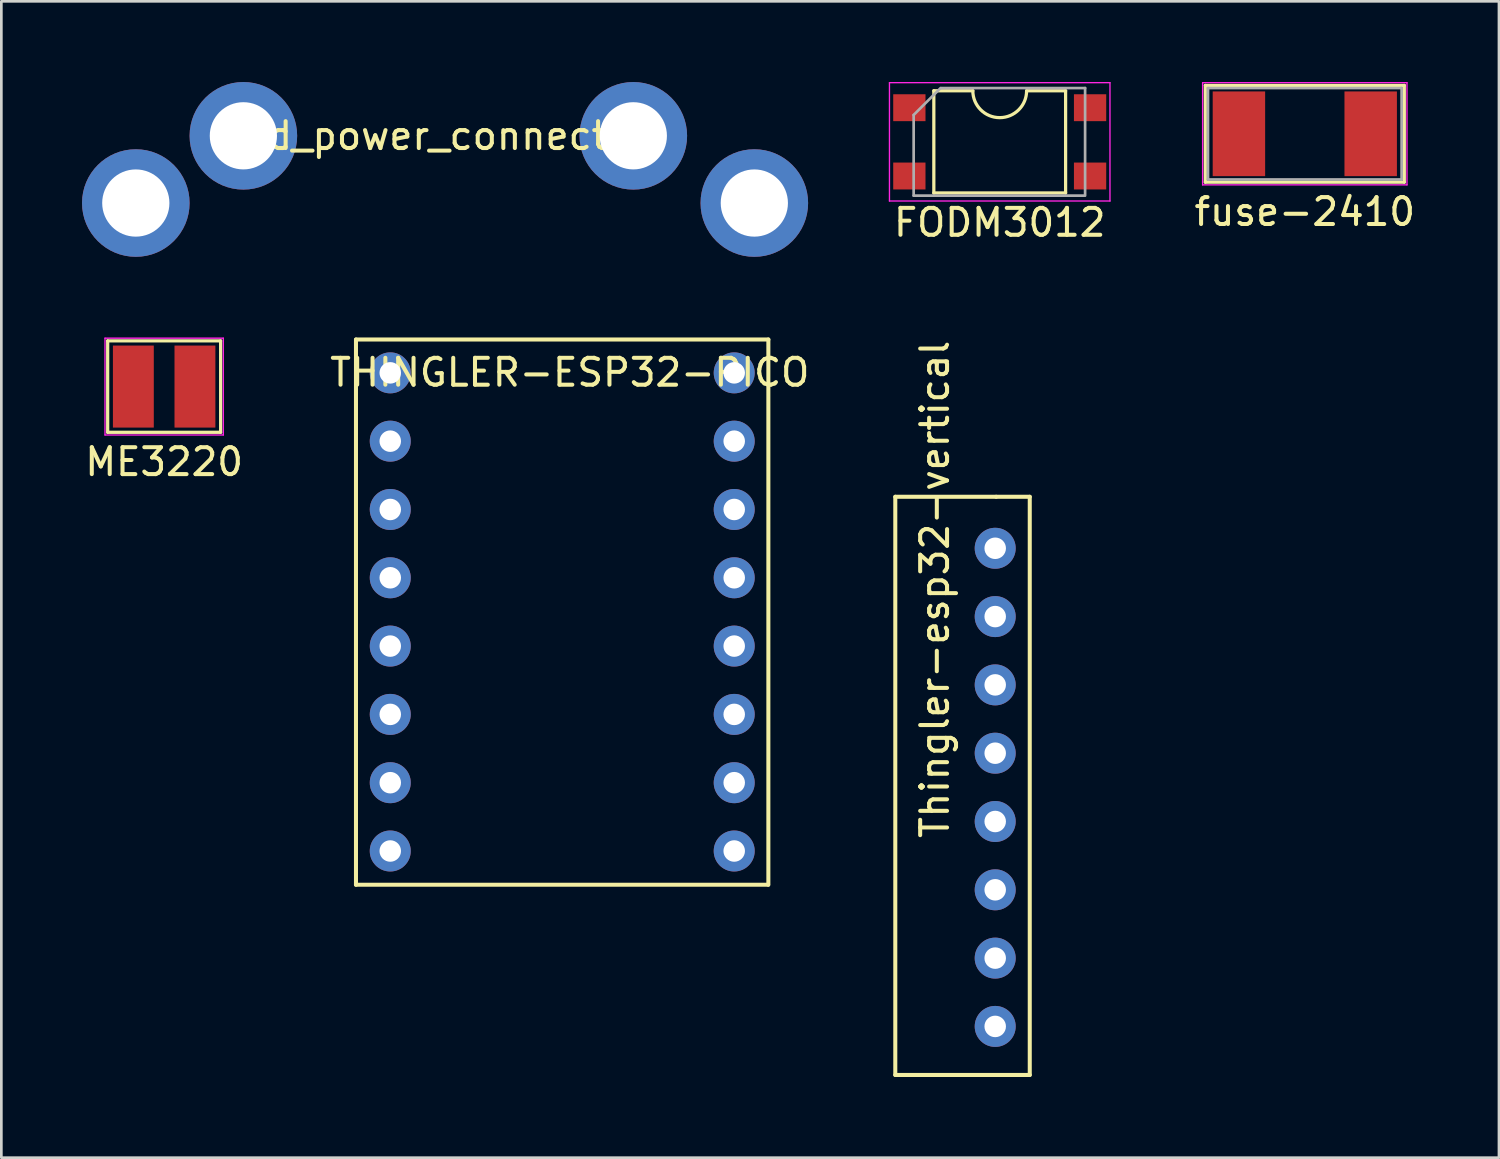
<source format=kicad_pcb>
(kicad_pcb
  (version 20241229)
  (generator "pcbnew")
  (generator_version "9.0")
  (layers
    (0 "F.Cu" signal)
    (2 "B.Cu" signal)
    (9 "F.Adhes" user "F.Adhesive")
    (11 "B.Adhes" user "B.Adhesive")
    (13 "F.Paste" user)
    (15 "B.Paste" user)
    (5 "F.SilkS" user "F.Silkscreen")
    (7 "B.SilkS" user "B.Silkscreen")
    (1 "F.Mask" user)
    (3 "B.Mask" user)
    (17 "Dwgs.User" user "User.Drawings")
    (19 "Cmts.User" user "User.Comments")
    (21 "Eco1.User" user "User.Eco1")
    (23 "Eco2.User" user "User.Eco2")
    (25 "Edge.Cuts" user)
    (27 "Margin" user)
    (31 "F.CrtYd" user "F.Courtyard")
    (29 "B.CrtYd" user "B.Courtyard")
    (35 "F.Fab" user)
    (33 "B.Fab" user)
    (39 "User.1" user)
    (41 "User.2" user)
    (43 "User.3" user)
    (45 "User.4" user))
  (footprint "fuse-2410"
    (layer "F.Cu")
    (at 45.47 1.925)
    (property "Reference" "fuse-2410" (at 0 2.9 0) (layer "F.SilkS") (effects (font (size 1 1) (thickness 0.15))))
    (attr through_hole)
    (fp_line (start -3.7 -1.8) (end -3.7 1.8) (stroke (width 0.12) (type solid)) (layer "F.SilkS"))
    (fp_line (start -3.7 -1.8) (end 3.7 -1.8) (stroke (width 0.12) (type solid)) (layer "F.SilkS"))
    (fp_line (start 3.7 1.8) (end -3.7 1.8) (stroke (width 0.12) (type solid)) (layer "F.SilkS"))
    (fp_line (start 3.7 1.8) (end 3.7 -1.8) (stroke (width 0.12) (type solid)) (layer "F.SilkS"))
    (fp_line (start -3.8 -1.9) (end -3.8 1.9) (stroke (width 0.05) (type solid)) (layer "F.CrtYd"))
    (fp_line (start -3.8 -1.9) (end 3.8 -1.9) (stroke (width 0.05) (type solid)) (layer "F.CrtYd"))
    (fp_line (start 3.8 1.9) (end -3.8 1.9) (stroke (width 0.05) (type solid)) (layer "F.CrtYd"))
    (fp_line (start 3.8 1.9) (end 3.8 -1.9) (stroke (width 0.05) (type solid)) (layer "F.CrtYd"))
    (fp_line (start -3.6 -1.7) (end -3.6 1.7) (stroke (width 0.1) (type solid)) (layer "F.Fab"))
    (fp_line (start -3.6 1.7) (end 3.6 1.7) (stroke (width 0.1) (type solid)) (layer "F.Fab"))
    (fp_line (start 3.6 -1.7) (end -3.6 -1.7) (stroke (width 0.1) (type solid)) (layer "F.Fab"))
    (fp_line (start 3.6 1.7) (end 3.6 -1.7) (stroke (width 0.1) (type solid)) (layer "F.Fab"))
    (pad "1" smd rect (at -2.45 0) (size 1.95 3.15) (layers "F.Cu" "F.Mask" "F.Paste"))
    (pad "2" smd rect (at 2.45 0) (size 1.95 3.15) (layers "F.Cu" "F.Mask" "F.Paste")))
  (footprint "ME3220"
    (layer "F.Cu")
    (at 3.054 11.325)
    (property "Reference" "ME3220" (at 0 2.8 0) (layer "F.SilkS") (effects (font (size 1 1) (thickness 0.15))))
    (attr through_hole)
    (fp_line (start -2.1 -1.7) (end -2.1 1.7) (stroke (width 0.12) (type solid)) (layer "F.SilkS"))
    (fp_line (start -2.1 1.7) (end 2.1 1.7) (stroke (width 0.12) (type solid)) (layer "F.SilkS"))
    (fp_line (start 2.1 -1.7) (end -2.1 -1.7) (stroke (width 0.12) (type solid)) (layer "F.SilkS"))
    (fp_line (start 2.1 1.7) (end 2.1 -1.7) (stroke (width 0.12) (type solid)) (layer "F.SilkS"))
    (fp_line (start -2.2 -1.8) (end -2.2 1.8) (stroke (width 0.05) (type solid)) (layer "F.CrtYd"))
    (fp_line (start -2.2 1.8) (end 2.2 1.8) (stroke (width 0.05) (type solid)) (layer "F.CrtYd"))
    (fp_line (start 2.2 -1.8) (end -2.2 -1.8) (stroke (width 0.05) (type solid)) (layer "F.CrtYd"))
    (fp_line (start 2.2 1.8) (end 2.2 -1.8) (stroke (width 0.05) (type solid)) (layer "F.CrtYd"))
    (pad "1" smd rect (at -1.145 0) (size 1.52 3.05) (layers "F.Cu" "F.Mask" "F.Paste"))
    (pad "2" smd rect (at 1.145 0) (size 1.52 3.05) (layers "F.Cu" "F.Mask" "F.Paste")))
  (footprint "Thingler-esp32-vertical"
    (layer "F.Cu")
    (at 33.998 17.339)
    (property "Reference" "Thingler-esp32-vertical" (at -2.286 1.524 270) (layer "F.SilkS") (effects (font (size 1 1) (thickness 0.15))))
    (attr through_hole)
    (fp_line (start -3.756 -1.916) (end -0.006 -1.916) (stroke (width 0.15) (type solid)) (layer "F.SilkS"))
    (fp_line (start -3.756 19.584) (end -3.756 -1.916) (stroke (width 0.15) (type solid)) (layer "F.SilkS"))
    (fp_line (start -0.006 -1.916) (end 1.244 -1.916) (stroke (width 0.15) (type solid)) (layer "F.SilkS"))
    (fp_line (start 1.244 -1.916) (end 1.244 19.584) (stroke (width 0.15) (type solid)) (layer "F.SilkS"))
    (fp_line (start 1.244 19.584) (end -3.756 19.584) (stroke (width 0.15) (type solid)) (layer "F.SilkS"))
    (pad "1" thru_hole circle (at -0.041 -0.001) (size 1.524 1.524) (drill 0.8) (layers "*.Cu" "*.Mask"))
    (pad "2" thru_hole circle (at -0.041 2.539) (size 1.524 1.524) (drill 0.8) (layers "*.Cu" "*.Mask"))
    (pad "3" thru_hole circle (at -0.041 5.079) (size 1.524 1.524) (drill 0.8) (layers "*.Cu" "*.Mask"))
    (pad "4" thru_hole circle (at -0.041 7.619) (size 1.524 1.524) (drill 0.8) (layers "*.Cu" "*.Mask"))
    (pad "5" thru_hole circle (at -0.041 10.159) (size 1.524 1.524) (drill 0.8) (layers "*.Cu" "*.Mask"))
    (pad "6" thru_hole circle (at -0.041 12.699) (size 1.524 1.524) (drill 0.8) (layers "*.Cu" "*.Mask"))
    (pad "7" thru_hole circle (at -0.041 15.239) (size 1.524 1.524) (drill 0.8) (layers "*.Cu" "*.Mask"))
    (pad "8" thru_hole circle (at -0.041 17.779) (size 1.524 1.524) (drill 0.8) (layers "*.Cu" "*.Mask")))
  (footprint "THINGLER-ESP32-PICO"
    (layer "F.Cu")
    (at 24.262 10.825)
    (property "Reference" "THINGLER-ESP32-PICO" (at -6.125 -0.025 0) (layer "F.SilkS") (effects (font (size 1 1) (thickness 0.15))))
    (attr through_hole)
    (fp_line (start -14.075 -1.25) (end -14.075 19.025) (stroke (width 0.15) (type solid)) (layer "F.SilkS"))
    (fp_line (start -14.075 19.025) (end 1.25 19.025) (stroke (width 0.15) (type solid)) (layer "F.SilkS"))
    (fp_line (start 1.26 -1.25) (end -14.075 -1.25) (stroke (width 0.15) (type solid)) (layer "F.SilkS"))
    (fp_line (start 1.26 19.025) (end 1.26 -1.25) (stroke (width 0.15) (type solid)) (layer "F.SilkS"))
    (pad "1" thru_hole circle (at -0.01 -0.01) (size 1.524 1.524) (drill 0.8) (layers "*.Cu" "*.Mask"))
    (pad "2" thru_hole circle (at -0.01 2.53) (size 1.524 1.524) (drill 0.8) (layers "*.Cu" "*.Mask"))
    (pad "3" thru_hole circle (at -0.01 5.07) (size 1.524 1.524) (drill 0.8) (layers "*.Cu" "*.Mask"))
    (pad "4" thru_hole circle (at -0.01 7.61) (size 1.524 1.524) (drill 0.8) (layers "*.Cu" "*.Mask"))
    (pad "5" thru_hole circle (at -0.01 10.15) (size 1.524 1.524) (drill 0.8) (layers "*.Cu" "*.Mask"))
    (pad "6" thru_hole circle (at -0.01 12.69) (size 1.524 1.524) (drill 0.8) (layers "*.Cu" "*.Mask"))
    (pad "7" thru_hole circle (at -0.01 15.23) (size 1.524 1.524) (drill 0.8) (layers "*.Cu" "*.Mask"))
    (pad "8" thru_hole circle (at -0.01 17.77) (size 1.524 1.524) (drill 0.8) (layers "*.Cu" "*.Mask"))
    (pad "9" thru_hole circle (at -12.8 -0.01) (size 1.524 1.524) (drill 0.8) (layers "*.Cu" "*.Mask"))
    (pad "10" thru_hole circle (at -12.8 2.53) (size 1.524 1.524) (drill 0.8) (layers "*.Cu" "*.Mask"))
    (pad "11" thru_hole circle (at -12.8 5.07) (size 1.524 1.524) (drill 0.8) (layers "*.Cu" "*.Mask"))
    (pad "12" thru_hole circle (at -12.8 7.61) (size 1.524 1.524) (drill 0.8) (layers "*.Cu" "*.Mask"))
    (pad "13" thru_hole circle (at -12.8 10.15) (size 1.524 1.524) (drill 0.8) (layers "*.Cu" "*.Mask"))
    (pad "14" thru_hole circle (at -12.8 12.69) (size 1.524 1.524) (drill 0.8) (layers "*.Cu" "*.Mask"))
    (pad "15" thru_hole circle (at -12.8 15.23) (size 1.524 1.524) (drill 0.8) (layers "*.Cu" "*.Mask"))
    (pad "16" thru_hole circle (at -12.8 17.77) (size 1.524 1.524) (drill 0.8) (layers "*.Cu" "*.Mask")))
  (footprint "FODM3012"
    (layer "F.Cu")
    (at 34.125 2.225)
    (property "Reference" "FODM3012" (at 0 3 0) (layer "F.SilkS") (effects (font (size 1 1) (thickness 0.15))))
    (attr through_hole)
    (fp_line (start -2.45 -1.9) (end -2.45 1.9) (stroke (width 0.12) (type solid)) (layer "F.SilkS"))
    (fp_line (start -2.45 1.9) (end 2.45 1.9) (stroke (width 0.12) (type solid)) (layer "F.SilkS"))
    (fp_line (start -1 -1.9) (end -2.45 -1.9) (stroke (width 0.12) (type solid)) (layer "F.SilkS"))
    (fp_line (start 2.45 -1.9) (end 1 -1.9) (stroke (width 0.12) (type solid)) (layer "F.SilkS"))
    (fp_line (start 2.45 1.9) (end 2.45 -1.9) (stroke (width 0.12) (type solid)) (layer "F.SilkS"))
    (fp_arc (start 1 -1.9) (mid 0 -0.9) (end -1 -1.9) (stroke (width 0.12) (type solid)) (layer "F.SilkS"))
    (fp_line (start -4.1 -2.2) (end -4.1 2.2) (stroke (width 0.05) (type solid)) (layer "F.CrtYd"))
    (fp_line (start -4.1 2.2) (end 4.1 2.2) (stroke (width 0.05) (type solid)) (layer "F.CrtYd"))
    (fp_line (start 4.1 -2.2) (end -4.1 -2.2) (stroke (width 0.05) (type solid)) (layer "F.CrtYd"))
    (fp_line (start 4.1 2.2) (end 4.1 -2.2) (stroke (width 0.05) (type solid)) (layer "F.CrtYd"))
    (fp_line (start -3.2 -1) (end -2.2 -2) (stroke (width 0.1) (type solid)) (layer "F.Fab"))
    (fp_line (start -3.2 2) (end -3.2 -1) (stroke (width 0.1) (type solid)) (layer "F.Fab"))
    (fp_line (start -2.175 -2) (end 3.175 -2) (stroke (width 0.1) (type solid)) (layer "F.Fab"))
    (fp_line (start 3.15 2) (end -3.2 2) (stroke (width 0.1) (type solid)) (layer "F.Fab"))
    (fp_line (start 3.175 -2) (end 3.175 2) (stroke (width 0.1) (type solid)) (layer "F.Fab"))
    (pad "1" smd rect (at -3.36 -1.27) (size 1.2 1) (layers "F.Cu" "F.Mask" "F.Paste"))
    (pad "2" smd rect (at -3.36 1.27) (size 1.2 1) (layers "F.Cu" "F.Mask" "F.Paste"))
    (pad "3" smd rect (at 3.36 1.27) (size 1.2 1) (layers "F.Cu" "F.Mask" "F.Paste"))
    (pad "4" smd rect (at 3.36 -1.27) (size 1.2 1) (layers "F.Cu" "F.Mask" "F.Paste")))
  (footprint "3d_power_connector"
    (layer "F.Cu")
    (at 13.5 2)
    (property "Reference" "3d_power_connector" (at 0 0 0) (layer "F.SilkS") (effects (font (size 1 1) (thickness 0.15))))
    (attr through_hole)
    (pad "1" thru_hole circle (at -11.5 2.5) (size 4 4) (drill 2.5) (layers "*.Cu" "*.Mask"))
    (pad "2" thru_hole circle (at -7.5 0) (size 4 4) (drill 2.5) (layers "*.Cu" "*.Mask"))
    (pad "3" thru_hole circle (at 7 0) (size 4 4) (drill 2.5) (layers "*.Cu" "*.Mask"))
    (pad "4" thru_hole circle (at 11.5 2.5) (size 4 4) (drill 2.5) (layers "*.Cu" "*.Mask")))
  (gr_rect
    (start -3 -3)
    (end 52.69 39.998)
    (stroke (width 0.1) (type default))
    (fill no)
    (layer "Edge.Cuts")))
</source>
